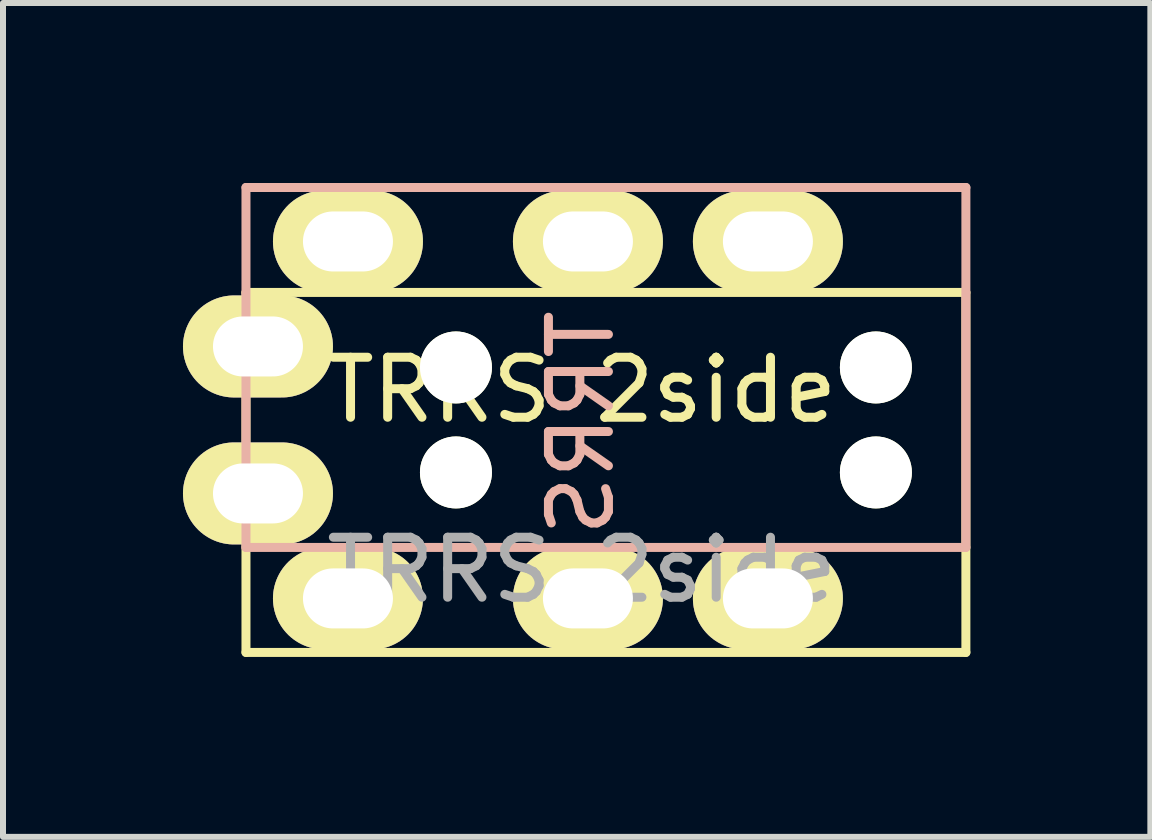
<source format=kicad_pcb>
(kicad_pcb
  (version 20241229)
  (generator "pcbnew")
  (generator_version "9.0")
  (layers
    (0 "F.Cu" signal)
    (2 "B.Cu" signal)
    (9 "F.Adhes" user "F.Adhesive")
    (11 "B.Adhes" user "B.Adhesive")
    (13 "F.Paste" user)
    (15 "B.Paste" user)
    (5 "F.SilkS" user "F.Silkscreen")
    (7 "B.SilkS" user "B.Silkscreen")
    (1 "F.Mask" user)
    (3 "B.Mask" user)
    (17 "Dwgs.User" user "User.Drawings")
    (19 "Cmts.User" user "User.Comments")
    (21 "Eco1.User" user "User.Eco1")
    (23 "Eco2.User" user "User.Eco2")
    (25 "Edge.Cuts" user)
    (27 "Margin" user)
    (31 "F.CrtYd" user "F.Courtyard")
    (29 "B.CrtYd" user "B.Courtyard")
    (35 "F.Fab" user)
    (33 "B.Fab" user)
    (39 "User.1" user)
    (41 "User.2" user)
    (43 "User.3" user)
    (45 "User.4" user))
  (footprint "TRRS 2side"
    (layer "F.Cu")
    (at 6.65 3.95)
    (property "Reference" "TRRS 2side" (at 0 -0.5 0) (unlocked yes) (layer "F.SilkS") (effects (font (size 1 1) (thickness 0.15))))
    (attr through_hole)
    (fp_line (start -5.6 -2.125) (end 6.4 -2.125) (stroke (width 0.15) (type solid)) (layer "F.SilkS"))
    (fp_line (start -5.6 3.875) (end -5.6 -2.125) (stroke (width 0.15) (type solid)) (layer "F.SilkS"))
    (fp_line (start 6.4 -2.125) (end 6.4 3.875) (stroke (width 0.15) (type solid)) (layer "F.SilkS"))
    (fp_line (start 6.4 3.875) (end -5.6 3.875) (stroke (width 0.15) (type solid)) (layer "F.SilkS"))
    (fp_line (start -5.6 -3.875) (end 6.4 -3.875) (stroke (width 0.15) (type solid)) (layer "B.SilkS"))
    (fp_line (start -5.6 2.125) (end -5.6 -3.875) (stroke (width 0.15) (type solid)) (layer "B.SilkS"))
    (fp_line (start 6.4 -3.875) (end 6.4 2.125) (stroke (width 0.15) (type solid)) (layer "B.SilkS"))
    (fp_line (start 6.4 2.125) (end -5.6 2.125) (stroke (width 0.15) (type solid)) (layer "B.SilkS"))
    (fp_text user "TRRS" (at -0.013 0.05 270) (layer "B.SilkS") (effects (font (size 1 1) (thickness 0.15)) (justify mirror)))
    (fp_text user "${REFERENCE}" (at 0 2.5 0) (unlocked yes) (layer "F.Fab") (effects (font (size 1 1) (thickness 0.15))))
    (pad "" np_thru_hole circle (at -2.1 -0.875 270) (size 1.2 1.2) (drill 1.2) (layers "*.Cu" "*.Mask" "F.SilkS"))
    (pad "" np_thru_hole circle (at -2.1 0.875 270) (size 1.2 1.2) (drill 1.2) (layers "*.Cu" "*.Mask" "F.SilkS"))
    (pad "" np_thru_hole circle (at 4.9 -0.875 270) (size 1.2 1.2) (drill 1.2) (layers "*.Cu" "*.Mask" "F.SilkS"))
    (pad "" np_thru_hole circle (at 4.9 0.875 270) (size 1.2 1.2) (drill 1.2) (layers "*.Cu" "*.Mask" "F.SilkS"))
    (pad "A" thru_hole oval (at -5.4 -1.225 270) (size 1.7 2.5) (drill oval 1 1.5) (layers "*.Cu" "*.Mask" "F.SilkS"))
    (pad "A" thru_hole oval (at -5.4 1.225 270) (size 1.7 2.5) (drill oval 1 1.5) (layers "*.Cu" "*.Mask" "F.SilkS"))
    (pad "B" thru_hole oval (at 3.1 -2.975 270) (size 1.7 2.5) (drill oval 1 1.5) (layers "*.Cu" "*.Mask" "F.SilkS"))
    (pad "B" thru_hole oval (at 3.1 2.975 270) (size 1.7 2.5) (drill oval 1 1.5) (layers "*.Cu" "*.Mask" "F.SilkS"))
    (pad "C" thru_hole oval (at 0.1 -2.975 270) (size 1.7 2.5) (drill oval 1 1.5) (layers "*.Cu" "*.Mask" "F.SilkS"))
    (pad "C" thru_hole oval (at 0.1 2.975 270) (size 1.7 2.5) (drill oval 1 1.5) (layers "*.Cu" "*.Mask" "F.SilkS"))
    (pad "D" thru_hole oval (at -3.9 -2.975 270) (size 1.7 2.5) (drill oval 1 1.5) (layers "*.Cu" "*.Mask" "F.SilkS"))
    (pad "D" thru_hole oval (at -3.9 2.975 270) (size 1.7 2.5) (drill oval 1 1.5) (layers "*.Cu" "*.Mask" "F.SilkS")))
  (gr_rect
    (start -3 -3)
    (end 16.125 10.9)
    (stroke (width 0.1) (type default))
    (fill no)
    (layer "Edge.Cuts")))
</source>
